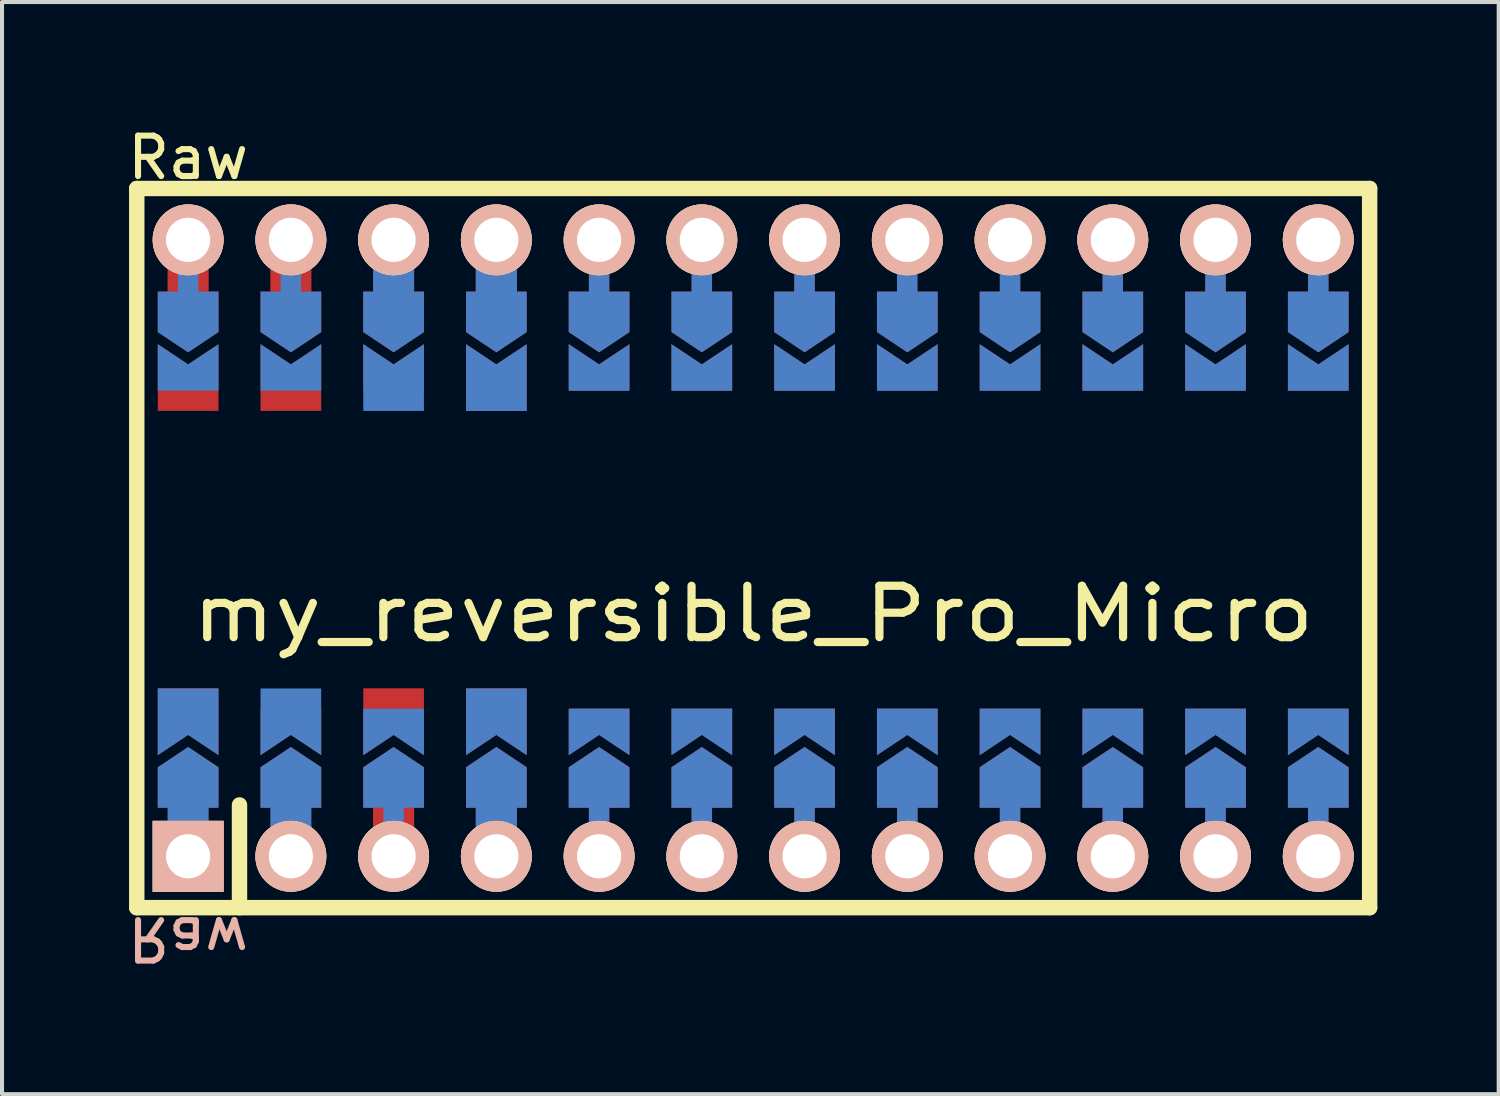
<source format=kicad_pcb>
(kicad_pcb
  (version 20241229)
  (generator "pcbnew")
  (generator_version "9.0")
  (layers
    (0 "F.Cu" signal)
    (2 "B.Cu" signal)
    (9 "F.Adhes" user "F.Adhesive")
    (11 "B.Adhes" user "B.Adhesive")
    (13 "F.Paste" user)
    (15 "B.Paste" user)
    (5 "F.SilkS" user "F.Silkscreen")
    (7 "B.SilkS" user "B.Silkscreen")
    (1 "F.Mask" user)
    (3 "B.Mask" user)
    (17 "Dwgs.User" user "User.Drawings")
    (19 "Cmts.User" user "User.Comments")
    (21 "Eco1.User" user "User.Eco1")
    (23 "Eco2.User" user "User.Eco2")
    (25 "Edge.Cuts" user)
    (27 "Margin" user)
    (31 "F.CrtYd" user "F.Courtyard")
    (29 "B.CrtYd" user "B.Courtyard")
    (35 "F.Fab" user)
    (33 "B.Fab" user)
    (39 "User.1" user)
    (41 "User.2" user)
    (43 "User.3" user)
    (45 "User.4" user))
  (footprint "my_reversible_Pro_Micro"
    (layer "F.Cu")
    (at 15.571 10.5)
    (property "Reference" "my_reversible_Pro_Micro" (at 0 1.625 0) (layer "F.SilkS") (effects (font (size 1.27 1.524) (thickness 0.203))))
    (attr through_hole)
    (fp_line (start -15.24 -8.89) (end -15.24 8.89) (stroke (width 0.381) (type solid)) (layer "F.SilkS"))
    (fp_line (start -15.24 8.89) (end 15.24 8.89) (stroke (width 0.381) (type solid)) (layer "F.SilkS"))
    (fp_line (start -12.7 6.35) (end -12.7 8.89) (stroke (width 0.381) (type solid)) (layer "F.SilkS"))
    (fp_line (start 15.24 -8.89) (end -15.24 -8.89) (stroke (width 0.381) (type solid)) (layer "F.SilkS"))
    (fp_line (start 15.24 8.89) (end 15.24 -8.89) (stroke (width 0.381) (type solid)) (layer "F.SilkS"))
    (fp_text user "Raw" (at -13.97 -9.652 0) (unlocked yes) (layer "F.SilkS") (effects (font (size 1 1) (thickness 0.15))))
    (fp_text user "Raw" (at -13.97 9.652 180) (unlocked yes) (layer "B.SilkS") (effects (font (size 1 1) (thickness 0.15)) (justify mirror)))
    (pad "" thru_hole circle (at -13.97 -7.62) (size 1.753 1.753) (drill 1.092) (layers "*.Cu" "*.SilkS" "*.Mask"))
    (pad "" smd rect (at -13.97 -6.604 90) (size 0.852 1.016) (layers "F.Cu"))
    (pad "" smd rect (at -13.97 -6.602 90) (size 0.852 0.504) (layers "B.Cu"))
    (pad "" smd custom (at -13.97 -5.842 270) (size 0.3 0.3) (layers "F.Cu" "F.Mask") (options (anchor rect)) (primitives (gr_poly (pts (xy 1 0) (xy 0.5 0.75) (xy -0.5 0.75) (xy -0.5 -0.75) (xy 0.5 -0.75)) (width 0) (fill yes))))
    (pad "" smd custom (at -13.97 -5.84 270) (size 0.3 0.3) (layers "B.Cu" "B.Mask") (options (anchor rect)) (primitives (gr_poly (pts (xy 1 0) (xy 0.5 0.75) (xy -0.5 0.75) (xy -0.5 -0.75) (xy 0.5 -0.75)) (width 0) (fill yes))))
    (pad "" smd custom (at -13.97 5.918 90) (size 0.3 0.3) (layers "F.Cu" "F.Mask") (options (anchor rect)) (primitives (gr_poly (pts (xy 1 0) (xy 0.5 0.75) (xy -0.5 0.75) (xy -0.5 -0.75) (xy 0.5 -0.75)) (width 0) (fill yes))))
    (pad "" smd custom (at -13.97 5.92 90) (size 0.3 0.3) (layers "B.Cu" "B.Mask") (options (anchor rect)) (primitives (gr_poly (pts (xy 1 0) (xy 0.5 0.75) (xy -0.5 0.75) (xy -0.5 -0.75) (xy 0.5 -0.75)) (width 0) (fill yes))))
    (pad "" smd rect (at -13.97 6.604 90) (size 0.852 0.504) (layers "F.Cu"))
    (pad "" smd rect (at -13.97 6.606 90) (size 0.852 1.016) (layers "B.Cu"))
    (pad "" thru_hole rect (at -13.97 7.62) (size 1.753 1.753) (drill 1.092) (layers "*.Cu" "*.SilkS" "*.Mask"))
    (pad "" thru_hole circle (at -11.43 -7.62) (size 1.753 1.753) (drill 1.092) (layers "*.Cu" "*.SilkS" "*.Mask"))
    (pad "" smd rect (at -11.43 -6.602 90) (size 0.852 0.504) (layers "B.Cu"))
    (pad "" smd rect (at -11.43 -6.511 90) (size 1.038 1.016) (layers "F.Cu"))
    (pad "" smd custom (at -11.43 -5.842 270) (size 0.3 0.3) (layers "F.Cu" "F.Mask") (options (anchor rect)) (primitives (gr_poly (pts (xy 1 0) (xy 0.5 0.75) (xy -0.5 0.75) (xy -0.5 -0.75) (xy 0.5 -0.75)) (width 0) (fill yes))))
    (pad "" smd custom (at -11.43 -5.84 270) (size 0.3 0.3) (layers "B.Cu" "B.Mask") (options (anchor rect)) (primitives (gr_poly (pts (xy 1 0) (xy 0.5 0.75) (xy -0.5 0.75) (xy -0.5 -0.75) (xy 0.5 -0.75)) (width 0) (fill yes))))
    (pad "" smd custom (at -11.43 5.918 90) (size 0.3 0.3) (layers "F.Cu" "F.Mask") (options (anchor rect)) (primitives (gr_poly (pts (xy 1 0) (xy 0.5 0.75) (xy -0.5 0.75) (xy -0.5 -0.75) (xy 0.5 -0.75)) (width 0) (fill yes))))
    (pad "" smd custom (at -11.43 5.92 90) (size 0.3 0.3) (layers "B.Cu" "B.Mask") (options (anchor rect)) (primitives (gr_poly (pts (xy 1 0) (xy 0.5 0.75) (xy -0.5 0.75) (xy -0.5 -0.75) (xy 0.5 -0.75)) (width 0) (fill yes))))
    (pad "" smd rect (at -11.43 6.604 90) (size 0.852 0.504) (layers "F.Cu"))
    (pad "" smd rect (at -11.43 6.606 90) (size 0.852 1.016) (layers "B.Cu"))
    (pad "" thru_hole circle (at -11.43 7.62) (size 1.753 1.753) (drill 1.092) (layers "*.Cu" "*.SilkS" "*.Mask"))
    (pad "" smd rect (at -8.893 -6.608 90) (size 0.852 0.504) (layers "F.Cu"))
    (pad "" thru_hole circle (at -8.89 -7.62) (size 1.753 1.753) (drill 1.092) (layers "*.Cu" "*.SilkS" "*.Mask"))
    (pad "" smd custom (at -8.89 -5.842 270) (size 0.3 0.3) (layers "F.Cu" "F.Mask") (options (anchor rect)) (primitives (gr_poly (pts (xy 1 0) (xy 0.5 0.75) (xy -0.5 0.75) (xy -0.5 -0.75) (xy 0.5 -0.75)) (width 0) (fill yes))))
    (pad "" smd custom (at -8.89 -5.84 270) (size 0.3 0.3) (layers "B.Cu" "B.Mask") (options (anchor rect)) (primitives (gr_poly (pts (xy 1 0) (xy 0.5 0.75) (xy -0.5 0.75) (xy -0.5 -0.75) (xy 0.5 -0.75)) (width 0) (fill yes))))
    (pad "" smd custom (at -8.89 5.918 90) (size 0.5 0.3) (layers "F.Cu" "F.Mask") (options (anchor rect)) (primitives (gr_poly (pts (xy 1 0) (xy 0.5 0.75) (xy -0.5 0.75) (xy -0.5 -0.75) (xy 0.5 -0.75)) (width 0) (fill yes))))
    (pad "" smd custom (at -8.89 5.92 90) (size 0.3 0.3) (layers "B.Cu" "B.Mask") (options (anchor rect)) (primitives (gr_poly (pts (xy 1 0) (xy 0.5 0.75) (xy -0.5 0.75) (xy -0.5 -0.75) (xy 0.5 -0.75)) (width 0) (fill yes))))
    (pad "" smd rect (at -8.89 6.604 90) (size 0.852 1.016) (layers "F.Cu"))
    (pad "" smd rect (at -8.89 6.606 90) (size 0.852 0.504) (layers "B.Cu"))
    (pad "" thru_hole circle (at -8.89 7.62) (size 1.753 1.753) (drill 1.092) (layers "*.Cu" "*.SilkS" "*.Mask"))
    (pad "" smd rect (at -8.89 -6.564 90) (size 0.936 1.016) (layers "B.Cu"))
    (pad "" thru_hole circle (at -6.35 -7.62) (size 1.753 1.753) (drill 1.092) (layers "*.Cu" "*.SilkS" "*.Mask"))
    (pad "" smd rect (at -6.35 -6.608 90) (size 0.852 1.016) (layers "F.Cu"))
    (pad "" smd rect (at -6.35 -6.606 90) (size 0.852 1.016) (layers "B.Cu"))
    (pad "" smd custom (at -6.35 -5.842 270) (size 0.3 0.3) (layers "F.Cu" "F.Mask") (options (anchor rect)) (primitives (gr_poly (pts (xy 1 0) (xy 0.5 0.75) (xy -0.5 0.75) (xy -0.5 -0.75) (xy 0.5 -0.75)) (width 0) (fill yes))))
    (pad "" smd custom (at -6.35 -5.84 270) (size 0.3 0.3) (layers "B.Cu" "B.Mask") (options (anchor rect)) (primitives (gr_poly (pts (xy 1 0) (xy 0.5 0.75) (xy -0.5 0.75) (xy -0.5 -0.75) (xy 0.5 -0.75)) (width 0) (fill yes))))
    (pad "" smd custom (at -6.35 5.918 90) (size 0.3 0.3) (layers "F.Cu" "F.Mask") (options (anchor rect)) (primitives (gr_poly (pts (xy 1 0) (xy 0.5 0.75) (xy -0.5 0.75) (xy -0.5 -0.75) (xy 0.5 -0.75)) (width 0) (fill yes))))
    (pad "" smd custom (at -6.35 5.92 90) (size 0.3 0.3) (layers "B.Cu" "B.Mask") (options (anchor rect)) (primitives (gr_poly (pts (xy 1 0) (xy 0.5 0.75) (xy -0.5 0.75) (xy -0.5 -0.75) (xy 0.5 -0.75)) (width 0) (fill yes))))
    (pad "" smd rect (at -6.35 6.604 90) (size 0.852 1.016) (layers "F.Cu"))
    (pad "" smd rect (at -6.35 6.606 90) (size 0.852 1.016) (layers "B.Cu"))
    (pad "" thru_hole circle (at -6.35 7.62) (size 1.753 1.753) (drill 1.092) (layers "*.Cu" "*.SilkS" "*.Mask"))
    (pad "" thru_hole circle (at -3.81 -7.62) (size 1.753 1.753) (drill 1.092) (layers "*.Cu" "*.SilkS" "*.Mask"))
    (pad "" smd rect (at -3.81 -6.604 90) (size 0.852 0.504) (layers "F.Cu"))
    (pad "" smd rect (at -3.81 -6.602 90) (size 0.852 0.504) (layers "B.Cu"))
    (pad "" smd custom (at -3.81 -5.842 270) (size 0.3 0.3) (layers "F.Cu" "F.Mask") (options (anchor rect)) (primitives (gr_poly (pts (xy 1 0) (xy 0.5 0.75) (xy -0.5 0.75) (xy -0.5 -0.75) (xy 0.5 -0.75)) (width 0) (fill yes))))
    (pad "" smd custom (at -3.81 -5.84 270) (size 0.3 0.3) (layers "B.Cu" "B.Mask") (options (anchor rect)) (primitives (gr_poly (pts (xy 1 0) (xy 0.5 0.75) (xy -0.5 0.75) (xy -0.5 -0.75) (xy 0.5 -0.75)) (width 0) (fill yes))))
    (pad "" smd custom (at -3.81 5.918 90) (size 0.3 0.3) (layers "F.Cu" "F.Mask") (options (anchor rect)) (primitives (gr_poly (pts (xy 1 0) (xy 0.5 0.75) (xy -0.5 0.75) (xy -0.5 -0.75) (xy 0.5 -0.75)) (width 0) (fill yes))))
    (pad "" smd custom (at -3.81 5.92 90) (size 0.3 0.3) (layers "B.Cu" "B.Mask") (options (anchor rect)) (primitives (gr_poly (pts (xy 1 0) (xy 0.5 0.75) (xy -0.5 0.75) (xy -0.5 -0.75) (xy 0.5 -0.75)) (width 0) (fill yes))))
    (pad "" smd rect (at -3.81 6.604 90) (size 0.852 0.504) (layers "F.Cu"))
    (pad "" smd rect (at -3.81 6.606 90) (size 0.852 0.504) (layers "B.Cu"))
    (pad "" thru_hole circle (at -3.81 7.62) (size 1.753 1.753) (drill 1.092) (layers "*.Cu" "*.SilkS" "*.Mask"))
    (pad "" thru_hole circle (at -1.27 -7.62) (size 1.753 1.753) (drill 1.092) (layers "*.Cu" "*.SilkS" "*.Mask"))
    (pad "" smd rect (at -1.27 -6.604 90) (size 0.852 0.504) (layers "F.Cu"))
    (pad "" smd rect (at -1.27 -6.602 90) (size 0.852 0.504) (layers "B.Cu"))
    (pad "" smd custom (at -1.27 -5.842 270) (size 0.3 0.3) (layers "F.Cu" "F.Mask") (options (anchor rect)) (primitives (gr_poly (pts (xy 1 0) (xy 0.5 0.75) (xy -0.5 0.75) (xy -0.5 -0.75) (xy 0.5 -0.75)) (width 0) (fill yes))))
    (pad "" smd custom (at -1.27 -5.84 270) (size 0.3 0.3) (layers "B.Cu" "B.Mask") (options (anchor rect)) (primitives (gr_poly (pts (xy 1 0) (xy 0.5 0.75) (xy -0.5 0.75) (xy -0.5 -0.75) (xy 0.5 -0.75)) (width 0) (fill yes))))
    (pad "" smd custom (at -1.27 5.918 90) (size 0.3 0.3) (layers "F.Cu" "F.Mask") (options (anchor rect)) (primitives (gr_poly (pts (xy 1 0) (xy 0.5 0.75) (xy -0.5 0.75) (xy -0.5 -0.75) (xy 0.5 -0.75)) (width 0) (fill yes))))
    (pad "" smd custom (at -1.27 5.92 90) (size 0.3 0.3) (layers "B.Cu" "B.Mask") (options (anchor rect)) (primitives (gr_poly (pts (xy 1 0) (xy 0.5 0.75) (xy -0.5 0.75) (xy -0.5 -0.75) (xy 0.5 -0.75)) (width 0) (fill yes))))
    (pad "" smd rect (at -1.27 6.604 90) (size 0.852 0.504) (layers "F.Cu"))
    (pad "" smd rect (at -1.27 6.606 90) (size 0.852 0.504) (layers "B.Cu"))
    (pad "" thru_hole circle (at -1.27 7.62) (size 1.753 1.753) (drill 1.092) (layers "*.Cu" "*.SilkS" "*.Mask"))
    (pad "" thru_hole circle (at 1.27 -7.62) (size 1.753 1.753) (drill 1.092) (layers "*.Cu" "*.SilkS" "*.Mask"))
    (pad "" smd rect (at 1.27 -6.604 90) (size 0.852 0.504) (layers "F.Cu"))
    (pad "" smd rect (at 1.27 -6.602 90) (size 0.852 0.504) (layers "B.Cu"))
    (pad "" smd custom (at 1.27 -5.842 270) (size 0.3 0.3) (layers "F.Cu" "F.Mask") (options (anchor rect)) (primitives (gr_poly (pts (xy 1 0) (xy 0.5 0.75) (xy -0.5 0.75) (xy -0.5 -0.75) (xy 0.5 -0.75)) (width 0) (fill yes))))
    (pad "" smd custom (at 1.27 -5.84 270) (size 0.3 0.3) (layers "B.Cu" "B.Mask") (options (anchor rect)) (primitives (gr_poly (pts (xy 1 0) (xy 0.5 0.75) (xy -0.5 0.75) (xy -0.5 -0.75) (xy 0.5 -0.75)) (width 0) (fill yes))))
    (pad "" smd custom (at 1.27 5.918 90) (size 0.3 0.3) (layers "F.Cu" "F.Mask") (options (anchor rect)) (primitives (gr_poly (pts (xy 1 0) (xy 0.5 0.75) (xy -0.5 0.75) (xy -0.5 -0.75) (xy 0.5 -0.75)) (width 0) (fill yes))))
    (pad "" smd custom (at 1.27 5.92 90) (size 0.3 0.3) (layers "B.Cu" "B.Mask") (options (anchor rect)) (primitives (gr_poly (pts (xy 1 0) (xy 0.5 0.75) (xy -0.5 0.75) (xy -0.5 -0.75) (xy 0.5 -0.75)) (width 0) (fill yes))))
    (pad "" smd rect (at 1.27 6.522 90) (size 0.852 0.504) (layers "F.Cu"))
    (pad "" smd rect (at 1.27 6.524 90) (size 0.852 0.504) (layers "B.Cu"))
    (pad "" thru_hole circle (at 1.27 7.62) (size 1.753 1.753) (drill 1.092) (layers "*.Cu" "*.SilkS" "*.Mask"))
    (pad "" smd rect (at 3.807 -6.608 90) (size 0.852 0.504) (layers "F.Cu"))
    (pad "" smd rect (at 3.807 -6.606 90) (size 0.852 0.504) (layers "B.Cu"))
    (pad "" thru_hole circle (at 3.81 -7.62) (size 1.753 1.753) (drill 1.092) (layers "*.Cu" "*.SilkS" "*.Mask"))
    (pad "" smd custom (at 3.81 -5.842 270) (size 0.3 0.3) (layers "F.Cu" "F.Mask") (options (anchor rect)) (primitives (gr_poly (pts (xy 1 0) (xy 0.5 0.75) (xy -0.5 0.75) (xy -0.5 -0.75) (xy 0.5 -0.75)) (width 0) (fill yes))))
    (pad "" smd custom (at 3.81 -5.84 270) (size 0.3 0.3) (layers "B.Cu" "B.Mask") (options (anchor rect)) (primitives (gr_poly (pts (xy 1 0) (xy 0.5 0.75) (xy -0.5 0.75) (xy -0.5 -0.75) (xy 0.5 -0.75)) (width 0) (fill yes))))
    (pad "" smd custom (at 3.81 5.918 90) (size 0.3 0.3) (layers "F.Cu" "F.Mask") (options (anchor rect)) (primitives (gr_poly (pts (xy 1 0) (xy 0.5 0.75) (xy -0.5 0.75) (xy -0.5 -0.75) (xy 0.5 -0.75)) (width 0) (fill yes))))
    (pad "" smd custom (at 3.81 5.92 90) (size 0.3 0.3) (layers "B.Cu" "B.Mask") (options (anchor rect)) (primitives (gr_poly (pts (xy 1 0) (xy 0.5 0.75) (xy -0.5 0.75) (xy -0.5 -0.75) (xy 0.5 -0.75)) (width 0) (fill yes))))
    (pad "" smd rect (at 3.81 6.522 90) (size 0.852 0.504) (layers "F.Cu"))
    (pad "" smd rect (at 3.81 6.524 90) (size 0.852 0.504) (layers "B.Cu"))
    (pad "" thru_hole circle (at 3.81 7.62) (size 1.753 1.753) (drill 1.092) (layers "*.Cu" "*.SilkS" "*.Mask"))
    (pad "" thru_hole circle (at 6.35 -7.62) (size 1.753 1.753) (drill 1.092) (layers "*.Cu" "*.SilkS" "*.Mask"))
    (pad "" smd rect (at 6.35 -6.604 90) (size 0.852 0.504) (layers "F.Cu"))
    (pad "" smd rect (at 6.35 -6.602 90) (size 0.852 0.504) (layers "B.Cu"))
    (pad "" smd custom (at 6.35 -5.842 270) (size 0.3 0.3) (layers "F.Cu" "F.Mask") (options (anchor rect)) (primitives (gr_poly (pts (xy 1 0) (xy 0.5 0.75) (xy -0.5 0.75) (xy -0.5 -0.75) (xy 0.5 -0.75)) (width 0) (fill yes))))
    (pad "" smd custom (at 6.35 -5.84 270) (size 0.3 0.3) (layers "B.Cu" "B.Mask") (options (anchor rect)) (primitives (gr_poly (pts (xy 1 0) (xy 0.5 0.75) (xy -0.5 0.75) (xy -0.5 -0.75) (xy 0.5 -0.75)) (width 0) (fill yes))))
    (pad "" smd custom (at 6.35 5.918 90) (size 0.3 0.3) (layers "F.Cu" "F.Mask") (options (anchor rect)) (primitives (gr_poly (pts (xy 1 0) (xy 0.5 0.75) (xy -0.5 0.75) (xy -0.5 -0.75) (xy 0.5 -0.75)) (width 0) (fill yes))))
    (pad "" smd custom (at 6.35 5.92 90) (size 0.3 0.3) (layers "B.Cu" "B.Mask") (options (anchor rect)) (primitives (gr_poly (pts (xy 1 0) (xy 0.5 0.75) (xy -0.5 0.75) (xy -0.5 -0.75) (xy 0.5 -0.75)) (width 0) (fill yes))))
    (pad "" smd rect (at 6.35 6.604 90) (size 0.852 0.504) (layers "F.Cu"))
    (pad "" smd rect (at 6.35 6.606 90) (size 0.852 0.504) (layers "B.Cu"))
    (pad "" thru_hole circle (at 6.35 7.62) (size 1.753 1.753) (drill 1.092) (layers "*.Cu" "*.SilkS" "*.Mask"))
    (pad "" thru_hole circle (at 8.89 -7.62) (size 1.753 1.753) (drill 1.092) (layers "*.Cu" "*.SilkS" "*.Mask"))
    (pad "" smd rect (at 8.89 -6.604 90) (size 0.852 0.504) (layers "F.Cu"))
    (pad "" smd rect (at 8.89 -6.602 90) (size 0.852 0.504) (layers "B.Cu"))
    (pad "" smd custom (at 8.89 -5.842 270) (size 0.3 0.3) (layers "F.Cu" "F.Mask") (options (anchor rect)) (primitives (gr_poly (pts (xy 1 0) (xy 0.5 0.75) (xy -0.5 0.75) (xy -0.5 -0.75) (xy 0.5 -0.75)) (width 0) (fill yes))))
    (pad "" smd custom (at 8.89 -5.84 270) (size 0.3 0.3) (layers "B.Cu" "B.Mask") (options (anchor rect)) (primitives (gr_poly (pts (xy 1 0) (xy 0.5 0.75) (xy -0.5 0.75) (xy -0.5 -0.75) (xy 0.5 -0.75)) (width 0) (fill yes))))
    (pad "" smd custom (at 8.89 5.918 90) (size 0.3 0.3) (layers "F.Cu" "F.Mask") (options (anchor rect)) (primitives (gr_poly (pts (xy 1 0) (xy 0.5 0.75) (xy -0.5 0.75) (xy -0.5 -0.75) (xy 0.5 -0.75)) (width 0) (fill yes))))
    (pad "" smd custom (at 8.89 5.92 90) (size 0.3 0.3) (layers "B.Cu" "B.Mask") (options (anchor rect)) (primitives (gr_poly (pts (xy 1 0) (xy 0.5 0.75) (xy -0.5 0.75) (xy -0.5 -0.75) (xy 0.5 -0.75)) (width 0) (fill yes))))
    (pad "" smd rect (at 8.89 6.604 90) (size 0.852 0.504) (layers "F.Cu"))
    (pad "" smd rect (at 8.89 6.606 90) (size 0.852 0.504) (layers "B.Cu"))
    (pad "" thru_hole circle (at 8.89 7.62) (size 1.753 1.753) (drill 1.092) (layers "*.Cu" "*.SilkS" "*.Mask"))
    (pad "" thru_hole circle (at 11.43 -7.62) (size 1.753 1.753) (drill 1.092) (layers "*.Cu" "*.SilkS" "*.Mask"))
    (pad "" smd rect (at 11.43 -6.604 90) (size 0.852 0.504) (layers "F.Cu"))
    (pad "" smd rect (at 11.43 -6.602 90) (size 0.852 0.504) (layers "B.Cu"))
    (pad "" smd custom (at 11.43 -5.842 270) (size 0.3 0.3) (layers "F.Cu" "F.Mask") (options (anchor rect)) (primitives (gr_poly (pts (xy 1 0) (xy 0.5 0.75) (xy -0.5 0.75) (xy -0.5 -0.75) (xy 0.5 -0.75)) (width 0) (fill yes))))
    (pad "" smd custom (at 11.43 -5.84 270) (size 0.3 0.3) (layers "B.Cu" "B.Mask") (options (anchor rect)) (primitives (gr_poly (pts (xy 1 0) (xy 0.5 0.75) (xy -0.5 0.75) (xy -0.5 -0.75) (xy 0.5 -0.75)) (width 0) (fill yes))))
    (pad "" smd custom (at 11.43 5.918 90) (size 0.3 0.3) (layers "F.Cu" "F.Mask") (options (anchor rect)) (primitives (gr_poly (pts (xy 1 0) (xy 0.5 0.75) (xy -0.5 0.75) (xy -0.5 -0.75) (xy 0.5 -0.75)) (width 0) (fill yes))))
    (pad "" smd custom (at 11.43 5.92 90) (size 0.3 0.3) (layers "B.Cu" "B.Mask") (options (anchor rect)) (primitives (gr_poly (pts (xy 1 0) (xy 0.5 0.75) (xy -0.5 0.75) (xy -0.5 -0.75) (xy 0.5 -0.75)) (width 0) (fill yes))))
    (pad "" smd rect (at 11.43 6.522 90) (size 0.852 0.504) (layers "F.Cu"))
    (pad "" smd rect (at 11.43 6.524 90) (size 0.852 0.504) (layers "B.Cu"))
    (pad "" thru_hole circle (at 11.43 7.62) (size 1.753 1.753) (drill 1.092) (layers "*.Cu" "*.SilkS" "*.Mask"))
    (pad "" thru_hole circle (at 13.97 -7.62) (size 1.753 1.753) (drill 1.092) (layers "*.Cu" "*.SilkS" "*.Mask"))
    (pad "" smd rect (at 13.97 -6.604 90) (size 0.852 0.504) (layers "F.Cu"))
    (pad "" smd rect (at 13.97 -6.602 90) (size 0.852 0.504) (layers "B.Cu"))
    (pad "" smd custom (at 13.97 -5.842 270) (size 0.3 0.3) (layers "F.Cu" "F.Mask") (options (anchor rect)) (primitives (gr_poly (pts (xy 1 0) (xy 0.5 0.75) (xy -0.5 0.75) (xy -0.5 -0.75) (xy 0.5 -0.75)) (width 0) (fill yes))))
    (pad "" smd custom (at 13.97 -5.84 270) (size 0.3 0.3) (layers "B.Cu" "B.Mask") (options (anchor rect)) (primitives (gr_poly (pts (xy 1 0) (xy 0.5 0.75) (xy -0.5 0.75) (xy -0.5 -0.75) (xy 0.5 -0.75)) (width 0) (fill yes))))
    (pad "" smd custom (at 13.97 5.918 90) (size 0.3 0.3) (layers "F.Cu" "F.Mask") (options (anchor rect)) (primitives (gr_poly (pts (xy 1 0) (xy 0.5 0.75) (xy -0.5 0.75) (xy -0.5 -0.75) (xy 0.5 -0.75)) (width 0) (fill yes))))
    (pad "" smd custom (at 13.97 5.92 90) (size 0.3 0.3) (layers "B.Cu" "B.Mask") (options (anchor rect)) (primitives (gr_poly (pts (xy 1 0) (xy 0.5 0.75) (xy -0.5 0.75) (xy -0.5 -0.75) (xy 0.5 -0.75)) (width 0) (fill yes))))
    (pad "" smd rect (at 13.97 6.522 90) (size 0.852 0.504) (layers "F.Cu"))
    (pad "" smd rect (at 13.97 6.524 90) (size 0.852 0.504) (layers "B.Cu"))
    (pad "" thru_hole circle (at 13.97 7.62) (size 1.753 1.753) (drill 1.092) (layers "*.Cu" "*.SilkS" "*.Mask"))
    (pad "1" smd custom (at -13.97 -4.39 270) (size 0.3 0.3) (layers "B.Cu" "B.Mask") (options (anchor rect)) (primitives (gr_poly (pts (xy 0.5 0.75) (xy -0.65 0.75) (xy -0.15 0) (xy -0.65 -0.75) (xy 0.5 -0.75)) (width 0) (fill yes))))
    (pad "1" smd custom (at -13.97 4.468 90) (size 0.3 0.3) (layers "F.Cu" "F.Mask") (options (anchor rect)) (primitives (gr_poly (pts (xy 1 0.75) (xy -0.65 0.75) (xy -0.15 0) (xy -0.65 -0.75) (xy 1 -0.75)) (width 0) (fill yes))))
    (pad "2" smd custom (at -11.43 -4.39 270) (size 0.3 0.3) (layers "B.Cu" "B.Mask") (options (anchor rect)) (primitives (gr_poly (pts (xy 0.5 0.75) (xy -0.65 0.75) (xy -0.15 0) (xy -0.65 -0.75) (xy 0.5 -0.75)) (width 0) (fill yes))))
    (pad "2" smd custom (at -11.43 4.468 90) (size 0.3 0.3) (layers "F.Cu" "F.Mask") (options (anchor rect)) (primitives (gr_poly (pts (xy 0.5 0.75) (xy -0.65 0.75) (xy -0.15 0) (xy -0.65 -0.75) (xy 0.5 -0.75)) (width 0) (fill yes))))
    (pad "3" smd custom (at -8.89 -4.39 270) (size 0.3 0.3) (layers "B.Cu" "B.Mask") (options (anchor rect)) (primitives (gr_poly (pts (xy 1 0.75) (xy -0.65 0.75) (xy -0.15 0) (xy -0.65 -0.75) (xy 1 -0.75)) (width 0) (fill yes))))
    (pad "3" smd custom (at -8.89 4.468 90) (size 0.3 0.3) (layers "F.Cu" "F.Mask") (options (anchor rect)) (primitives (gr_poly (pts (xy 1 0.75) (xy -0.65 0.75) (xy -0.15 0) (xy -0.65 -0.75) (xy 1 -0.75)) (width 0) (fill yes))))
    (pad "4" smd custom (at -6.35 -4.39 270) (size 0.3 0.3) (layers "B.Cu" "B.Mask") (options (anchor rect)) (primitives (gr_poly (pts (xy 1 0.75) (xy -0.65 0.75) (xy -0.15 0) (xy -0.65 -0.75) (xy 1 -0.75)) (width 0) (fill yes))))
    (pad "4" smd custom (at -6.35 4.468 90) (size 0.3 0.3) (layers "F.Cu" "F.Mask") (options (anchor rect)) (primitives (gr_poly (pts (xy 1 0.75) (xy -0.65 0.75) (xy -0.15 0) (xy -0.65 -0.75) (xy 1 -0.75)) (width 0) (fill yes))))
    (pad "5" smd custom (at -3.81 -4.39 270) (size 0.3 0.3) (layers "B.Cu" "B.Mask") (options (anchor rect)) (primitives (gr_poly (pts (xy 0.5 0.75) (xy -0.65 0.75) (xy -0.15 0) (xy -0.65 -0.75) (xy 0.5 -0.75)) (width 0) (fill yes))))
    (pad "5" smd custom (at -3.81 4.468 90) (size 0.3 0.3) (layers "F.Cu" "F.Mask") (options (anchor rect)) (primitives (gr_poly (pts (xy 0.5 0.75) (xy -0.65 0.75) (xy -0.15 0) (xy -0.65 -0.75) (xy 0.5 -0.75)) (width 0) (fill yes))))
    (pad "6" smd custom (at -1.27 -4.39 270) (size 0.3 0.3) (layers "B.Cu" "B.Mask") (options (anchor rect)) (primitives (gr_poly (pts (xy 0.5 0.75) (xy -0.65 0.75) (xy -0.15 0) (xy -0.65 -0.75) (xy 0.5 -0.75)) (width 0) (fill yes))))
    (pad "6" smd custom (at -1.27 4.468 90) (size 0.3 0.3) (layers "F.Cu" "F.Mask") (options (anchor rect)) (primitives (gr_poly (pts (xy 0.5 0.75) (xy -0.65 0.75) (xy -0.15 0) (xy -0.65 -0.75) (xy 0.5 -0.75)) (width 0) (fill yes))))
    (pad "7" smd custom (at 1.27 -4.39 270) (size 0.3 0.3) (layers "B.Cu" "B.Mask") (options (anchor rect)) (primitives (gr_poly (pts (xy 0.5 0.75) (xy -0.65 0.75) (xy -0.15 0) (xy -0.65 -0.75) (xy 0.5 -0.75)) (width 0) (fill yes))))
    (pad "7" smd custom (at 1.27 4.468 90) (size 0.3 0.3) (layers "F.Cu" "F.Mask") (options (anchor rect)) (primitives (gr_poly (pts (xy 0.5 0.75) (xy -0.65 0.75) (xy -0.15 0) (xy -0.65 -0.75) (xy 0.5 -0.75)) (width 0) (fill yes))))
    (pad "8" smd custom (at 3.81 -4.39 270) (size 0.3 0.3) (layers "B.Cu" "B.Mask") (options (anchor rect)) (primitives (gr_poly (pts (xy 0.5 0.75) (xy -0.65 0.75) (xy -0.15 0) (xy -0.65 -0.75) (xy 0.5 -0.75)) (width 0) (fill yes))))
    (pad "8" smd custom (at 3.81 4.468 90) (size 0.3 0.3) (layers "F.Cu" "F.Mask") (options (anchor rect)) (primitives (gr_poly (pts (xy 0.5 0.75) (xy -0.65 0.75) (xy -0.15 0) (xy -0.65 -0.75) (xy 0.5 -0.75)) (width 0) (fill yes))))
    (pad "9" smd custom (at 6.35 -4.39 270) (size 0.3 0.3) (layers "B.Cu" "B.Mask") (options (anchor rect)) (primitives (gr_poly (pts (xy 0.5 0.75) (xy -0.65 0.75) (xy -0.15 0) (xy -0.65 -0.75) (xy 0.5 -0.75)) (width 0) (fill yes))))
    (pad "9" smd custom (at 6.35 4.468 90) (size 0.3 0.3) (layers "F.Cu" "F.Mask") (options (anchor rect)) (primitives (gr_poly (pts (xy 0.5 0.75) (xy -0.65 0.75) (xy -0.15 0) (xy -0.65 -0.75) (xy 0.5 -0.75)) (width 0) (fill yes))))
    (pad "10" smd custom (at 8.89 -4.39 270) (size 0.3 0.3) (layers "B.Cu" "B.Mask") (options (anchor rect)) (primitives (gr_poly (pts (xy 0.5 0.75) (xy -0.65 0.75) (xy -0.15 0) (xy -0.65 -0.75) (xy 0.5 -0.75)) (width 0) (fill yes))))
    (pad "10" smd custom (at 8.89 4.468 90) (size 0.3 0.3) (layers "F.Cu" "F.Mask") (options (anchor rect)) (primitives (gr_poly (pts (xy 0.5 0.75) (xy -0.65 0.75) (xy -0.15 0) (xy -0.65 -0.75) (xy 0.5 -0.75)) (width 0) (fill yes))))
    (pad "11" smd custom (at 11.43 -4.39 270) (size 0.3 0.3) (layers "B.Cu" "B.Mask") (options (anchor rect)) (primitives (gr_poly (pts (xy 0.5 0.75) (xy -0.65 0.75) (xy -0.15 0) (xy -0.65 -0.75) (xy 0.5 -0.75)) (width 0) (fill yes))))
    (pad "11" smd custom (at 11.43 4.468 90) (size 0.3 0.3) (layers "F.Cu" "F.Mask") (options (anchor rect)) (primitives (gr_poly (pts (xy 0.5 0.75) (xy -0.65 0.75) (xy -0.15 0) (xy -0.65 -0.75) (xy 0.5 -0.75)) (width 0) (fill yes))))
    (pad "12" smd custom (at 13.97 -4.39 270) (size 0.3 0.3) (layers "B.Cu" "B.Mask") (options (anchor rect)) (primitives (gr_poly (pts (xy 0.5 0.75) (xy -0.65 0.75) (xy -0.15 0) (xy -0.65 -0.75) (xy 0.5 -0.75)) (width 0) (fill yes))))
    (pad "12" smd custom (at 13.97 4.468 90) (size 0.3 0.3) (layers "F.Cu" "F.Mask") (options (anchor rect)) (primitives (gr_poly (pts (xy 0.5 0.75) (xy -0.65 0.75) (xy -0.15 0) (xy -0.65 -0.75) (xy 0.5 -0.75)) (width 0) (fill yes))))
    (pad "13" smd custom (at 13.97 -4.392 270) (size 0.3 0.3) (layers "F.Cu" "F.Mask") (options (anchor rect)) (primitives (gr_poly (pts (xy 0.5 0.75) (xy -0.65 0.75) (xy -0.15 0) (xy -0.65 -0.75) (xy 0.5 -0.75)) (width 0) (fill yes))))
    (pad "13" smd custom (at 13.97 4.47 90) (size 0.3 0.3) (layers "B.Cu" "B.Mask") (options (anchor rect)) (primitives (gr_poly (pts (xy 0.5 0.75) (xy -0.65 0.75) (xy -0.15 0) (xy -0.65 -0.75) (xy 0.5 -0.75)) (width 0) (fill yes))))
    (pad "14" smd custom (at 11.43 -4.392 270) (size 0.3 0.3) (layers "F.Cu" "F.Mask") (options (anchor rect)) (primitives (gr_poly (pts (xy 0.5 0.75) (xy -0.65 0.75) (xy -0.15 0) (xy -0.65 -0.75) (xy 0.5 -0.75)) (width 0) (fill yes))))
    (pad "14" smd custom (at 11.43 4.47 90) (size 0.3 0.3) (layers "B.Cu" "B.Mask") (options (anchor rect)) (primitives (gr_poly (pts (xy 0.5 0.75) (xy -0.65 0.75) (xy -0.15 0) (xy -0.65 -0.75) (xy 0.5 -0.75)) (width 0) (fill yes))))
    (pad "15" smd custom (at 8.89 -4.392 270) (size 0.3 0.3) (layers "F.Cu" "F.Mask") (options (anchor rect)) (primitives (gr_poly (pts (xy 0.5 0.75) (xy -0.65 0.75) (xy -0.15 0) (xy -0.65 -0.75) (xy 0.5 -0.75)) (width 0) (fill yes))))
    (pad "15" smd custom (at 8.89 4.47 90) (size 0.3 0.3) (layers "B.Cu" "B.Mask") (options (anchor rect)) (primitives (gr_poly (pts (xy 0.5 0.75) (xy -0.65 0.75) (xy -0.15 0) (xy -0.65 -0.75) (xy 0.5 -0.75)) (width 0) (fill yes))))
    (pad "16" smd custom (at 6.35 -4.392 270) (size 0.3 0.3) (layers "F.Cu" "F.Mask") (options (anchor rect)) (primitives (gr_poly (pts (xy 0.5 0.75) (xy -0.65 0.75) (xy -0.15 0) (xy -0.65 -0.75) (xy 0.5 -0.75)) (width 0) (fill yes))))
    (pad "16" smd custom (at 6.35 4.47 90) (size 0.3 0.3) (layers "B.Cu" "B.Mask") (options (anchor rect)) (primitives (gr_poly (pts (xy 0.5 0.75) (xy -0.65 0.75) (xy -0.15 0) (xy -0.65 -0.75) (xy 0.5 -0.75)) (width 0) (fill yes))))
    (pad "17" smd custom (at 3.81 -4.392 270) (size 0.3 0.3) (layers "F.Cu" "F.Mask") (options (anchor rect)) (primitives (gr_poly (pts (xy 0.5 0.75) (xy -0.65 0.75) (xy -0.15 0) (xy -0.65 -0.75) (xy 0.5 -0.75)) (width 0) (fill yes))))
    (pad "17" smd custom (at 3.81 4.47 90) (size 0.3 0.3) (layers "B.Cu" "B.Mask") (options (anchor rect)) (primitives (gr_poly (pts (xy 0.5 0.75) (xy -0.65 0.75) (xy -0.15 0) (xy -0.65 -0.75) (xy 0.5 -0.75)) (width 0) (fill yes))))
    (pad "18" smd custom (at 1.27 -4.392 270) (size 0.3 0.3) (layers "F.Cu" "F.Mask") (options (anchor rect)) (primitives (gr_poly (pts (xy 0.5 0.75) (xy -0.65 0.75) (xy -0.15 0) (xy -0.65 -0.75) (xy 0.5 -0.75)) (width 0) (fill yes))))
    (pad "18" smd custom (at 1.27 4.47 90) (size 0.3 0.3) (layers "B.Cu" "B.Mask") (options (anchor rect)) (primitives (gr_poly (pts (xy 0.5 0.75) (xy -0.65 0.75) (xy -0.15 0) (xy -0.65 -0.75) (xy 0.5 -0.75)) (width 0) (fill yes))))
    (pad "19" smd custom (at -1.27 -4.392 270) (size 0.3 0.3) (layers "F.Cu" "F.Mask") (options (anchor rect)) (primitives (gr_poly (pts (xy 0.5 0.75) (xy -0.65 0.75) (xy -0.15 0) (xy -0.65 -0.75) (xy 0.5 -0.75)) (width 0) (fill yes))))
    (pad "19" smd custom (at -1.27 4.47 90) (size 0.3 0.3) (layers "B.Cu" "B.Mask") (options (anchor rect)) (primitives (gr_poly (pts (xy 0.5 0.75) (xy -0.65 0.75) (xy -0.15 0) (xy -0.65 -0.75) (xy 0.5 -0.75)) (width 0) (fill yes))))
    (pad "20" smd custom (at -3.81 -4.392 270) (size 0.3 0.3) (layers "F.Cu" "F.Mask") (options (anchor rect)) (primitives (gr_poly (pts (xy 0.5 0.75) (xy -0.65 0.75) (xy -0.15 0) (xy -0.65 -0.75) (xy 0.5 -0.75)) (width 0) (fill yes))))
    (pad "20" smd custom (at -3.81 4.47 90) (size 0.3 0.3) (layers "B.Cu" "B.Mask") (options (anchor rect)) (primitives (gr_poly (pts (xy 0.5 0.75) (xy -0.65 0.75) (xy -0.15 0) (xy -0.65 -0.75) (xy 0.5 -0.75)) (width 0) (fill yes))))
    (pad "21" smd custom (at -6.35 -4.392 270) (size 0.3 0.3) (layers "F.Cu" "F.Mask") (options (anchor rect)) (primitives (gr_poly (pts (xy 1 0.75) (xy -0.65 0.75) (xy -0.15 0) (xy -0.65 -0.75) (xy 1 -0.75)) (width 0) (fill yes))))
    (pad "21" smd custom (at -6.35 4.47 90) (size 0.3 0.3) (layers "B.Cu" "B.Mask") (options (anchor rect)) (primitives (gr_poly (pts (xy 1 0.75) (xy -0.65 0.75) (xy -0.15 0) (xy -0.65 -0.75) (xy 1 -0.75)) (width 0) (fill yes))))
    (pad "22" smd custom (at -8.89 -4.392 270) (size 0.3 0.3) (layers "F.Cu" "F.Mask") (options (anchor rect)) (primitives (gr_poly (pts (xy 0.5 0.75) (xy -0.65 0.75) (xy -0.15 0) (xy -0.65 -0.75) (xy 0.5 -0.75)) (width 0) (fill yes))))
    (pad "22" smd custom (at -8.89 4.47 90) (size 0.3 0.3) (layers "B.Cu" "B.Mask") (options (anchor rect)) (primitives (gr_poly (pts (xy 0.5 0.75) (xy -0.65 0.75) (xy -0.15 0) (xy -0.65 -0.75) (xy 0.5 -0.75)) (width 0) (fill yes))))
    (pad "23" smd custom (at -11.43 -4.392 270) (size 0.3 0.3) (layers "F.Cu" "F.Mask") (options (anchor rect)) (primitives (gr_poly (pts (xy 1 0.75) (xy -0.65 0.75) (xy -0.15 0) (xy -0.65 -0.75) (xy 1 -0.75)) (width 0) (fill yes))))
    (pad "23" smd custom (at -11.43 4.47 90) (size 0.3 0.3) (layers "B.Cu" "B.Mask") (options (anchor rect)) (primitives (gr_poly (pts (xy 1 0.75) (xy -0.65 0.75) (xy -0.15 0) (xy -0.65 -0.75) (xy 1 -0.75)) (width 0) (fill yes))))
    (pad "24" smd custom (at -13.97 -4.392 270) (size 0.3 0.3) (layers "F.Cu" "F.Mask") (options (anchor rect)) (primitives (gr_poly (pts (xy 1 0.75) (xy -0.65 0.75) (xy -0.15 0) (xy -0.65 -0.75) (xy 1 -0.75)) (width 0) (fill yes))))
    (pad "24" smd custom (at -13.97 4.47 90) (size 0.3 0.3) (layers "B.Cu" "B.Mask") (options (anchor rect)) (primitives (gr_poly (pts (xy 1 0.75) (xy -0.65 0.75) (xy -0.15 0) (xy -0.65 -0.75) (xy 1 -0.75)) (width 0) (fill yes)))))
  (gr_rect
    (start -3 -3)
    (end 34.002 24)
    (stroke (width 0.1) (type default))
    (fill no)
    (layer "Edge.Cuts")))
</source>
